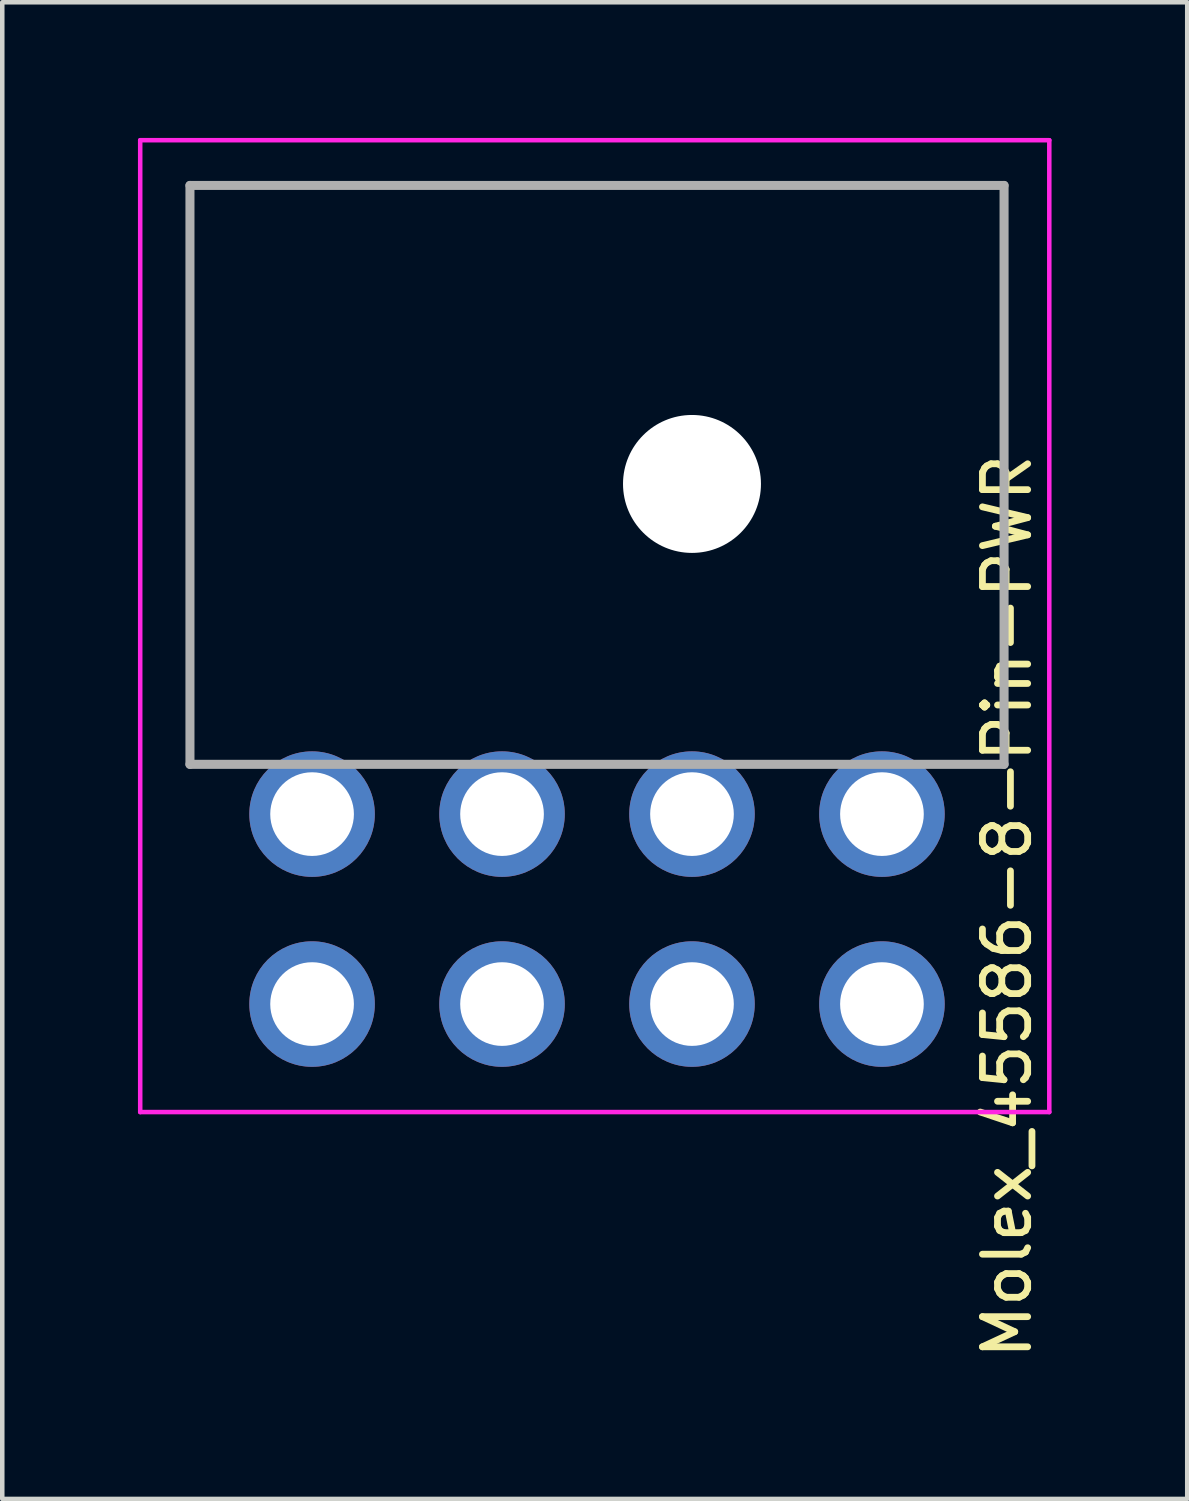
<source format=kicad_pcb>
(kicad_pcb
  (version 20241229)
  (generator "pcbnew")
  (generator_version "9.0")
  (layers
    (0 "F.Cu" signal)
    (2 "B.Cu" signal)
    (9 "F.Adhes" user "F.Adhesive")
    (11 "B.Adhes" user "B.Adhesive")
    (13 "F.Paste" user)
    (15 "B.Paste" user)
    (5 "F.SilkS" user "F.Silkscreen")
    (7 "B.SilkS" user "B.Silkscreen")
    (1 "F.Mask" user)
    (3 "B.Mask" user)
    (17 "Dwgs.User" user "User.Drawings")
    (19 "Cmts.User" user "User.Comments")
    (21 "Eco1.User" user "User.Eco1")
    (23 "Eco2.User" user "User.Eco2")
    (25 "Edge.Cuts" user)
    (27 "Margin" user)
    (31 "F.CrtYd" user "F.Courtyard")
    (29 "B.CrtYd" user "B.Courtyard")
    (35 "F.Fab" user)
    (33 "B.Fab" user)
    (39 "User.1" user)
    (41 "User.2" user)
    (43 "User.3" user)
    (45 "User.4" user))
  (footprint "Molex_45586-8-Pin-PWR"
    (layer "F.Cu")
    (at 10.175 10.437)
    (property "Reference" "Molex_45586-8-Pin-PWR" (at 9.042 6.553 90) (layer "F.SilkS") (effects (font (size 1 1) (thickness 0.15))))
    (attr through_hole)
    (fp_line (start -9.025 -9.387) (end 8.975 -9.387) (stroke (width 0.1) (type solid)) (layer "F.SilkS"))
    (fp_line (start -9.025 3.413) (end -9.025 -9.387) (stroke (width 0.1) (type solid)) (layer "F.SilkS"))
    (fp_line (start 8.975 -9.387) (end 8.975 3.413) (stroke (width 0.1) (type solid)) (layer "F.SilkS"))
    (fp_line (start -10.125 -10.387) (end 9.975 -10.387) (stroke (width 0.1) (type solid)) (layer "F.CrtYd"))
    (fp_line (start -10.125 11.101) (end -10.125 -10.387) (stroke (width 0.1) (type solid)) (layer "F.CrtYd"))
    (fp_line (start 9.975 -10.387) (end 9.975 11.101) (stroke (width 0.1) (type solid)) (layer "F.CrtYd"))
    (fp_line (start 9.975 11.101) (end -10.125 11.101) (stroke (width 0.1) (type solid)) (layer "F.CrtYd"))
    (fp_line (start -9.025 -9.387) (end 8.975 -9.387) (stroke (width 0.2) (type solid)) (layer "F.Fab"))
    (fp_line (start -9.025 3.413) (end -9.025 -9.387) (stroke (width 0.2) (type solid)) (layer "F.Fab"))
    (fp_line (start 8.975 -9.387) (end 8.975 3.413) (stroke (width 0.2) (type solid)) (layer "F.Fab"))
    (fp_line (start 8.975 3.413) (end -9.025 3.413) (stroke (width 0.2) (type solid)) (layer "F.Fab"))
    (pad "" np_thru_hole circle (at -6.325 -2.787) (size 0.001 0.001) (drill 3.05) (layers "*.Cu" "*.Mask"))
    (pad "" np_thru_hole circle (at 2.075 -2.787) (size 3.05 3.05) (drill 3.05) (layers "*.Cu" "*.Mask"))
    (pad "" np_thru_hole circle (at 6.275 -2.787) (size 0.001 0.001) (drill 3.05) (layers "*.Cu" "*.Mask"))
    (pad "1" thru_hole circle (at -6.325 4.513) (size 2.775 2.775) (drill 1.85) (layers "*.Cu" "*.Mask"))
    (pad "2" thru_hole circle (at -2.125 4.513) (size 2.775 2.775) (drill 1.85) (layers "*.Cu" "*.Mask"))
    (pad "3" thru_hole circle (at 2.075 4.513) (size 2.775 2.775) (drill 1.85) (layers "*.Cu" "*.Mask"))
    (pad "4" thru_hole circle (at 6.275 4.513) (size 2.775 2.775) (drill 1.85) (layers "*.Cu" "*.Mask"))
    (pad "5" thru_hole circle (at -6.325 8.713) (size 2.775 2.775) (drill 1.85) (layers "*.Cu" "*.Mask"))
    (pad "6" thru_hole circle (at -2.125 8.713) (size 2.775 2.775) (drill 1.85) (layers "*.Cu" "*.Mask"))
    (pad "7" thru_hole circle (at 2.075 8.713) (size 2.775 2.775) (drill 1.85) (layers "*.Cu" "*.Mask"))
    (pad "8" thru_hole circle (at 6.275 8.713) (size 2.775 2.775) (drill 1.85) (layers "*.Cu" "*.Mask")))
  (gr_rect
    (start -3 -3)
    (end 23.2 30.091)
    (stroke (width 0.1) (type default))
    (fill no)
    (layer "Edge.Cuts")))
</source>
